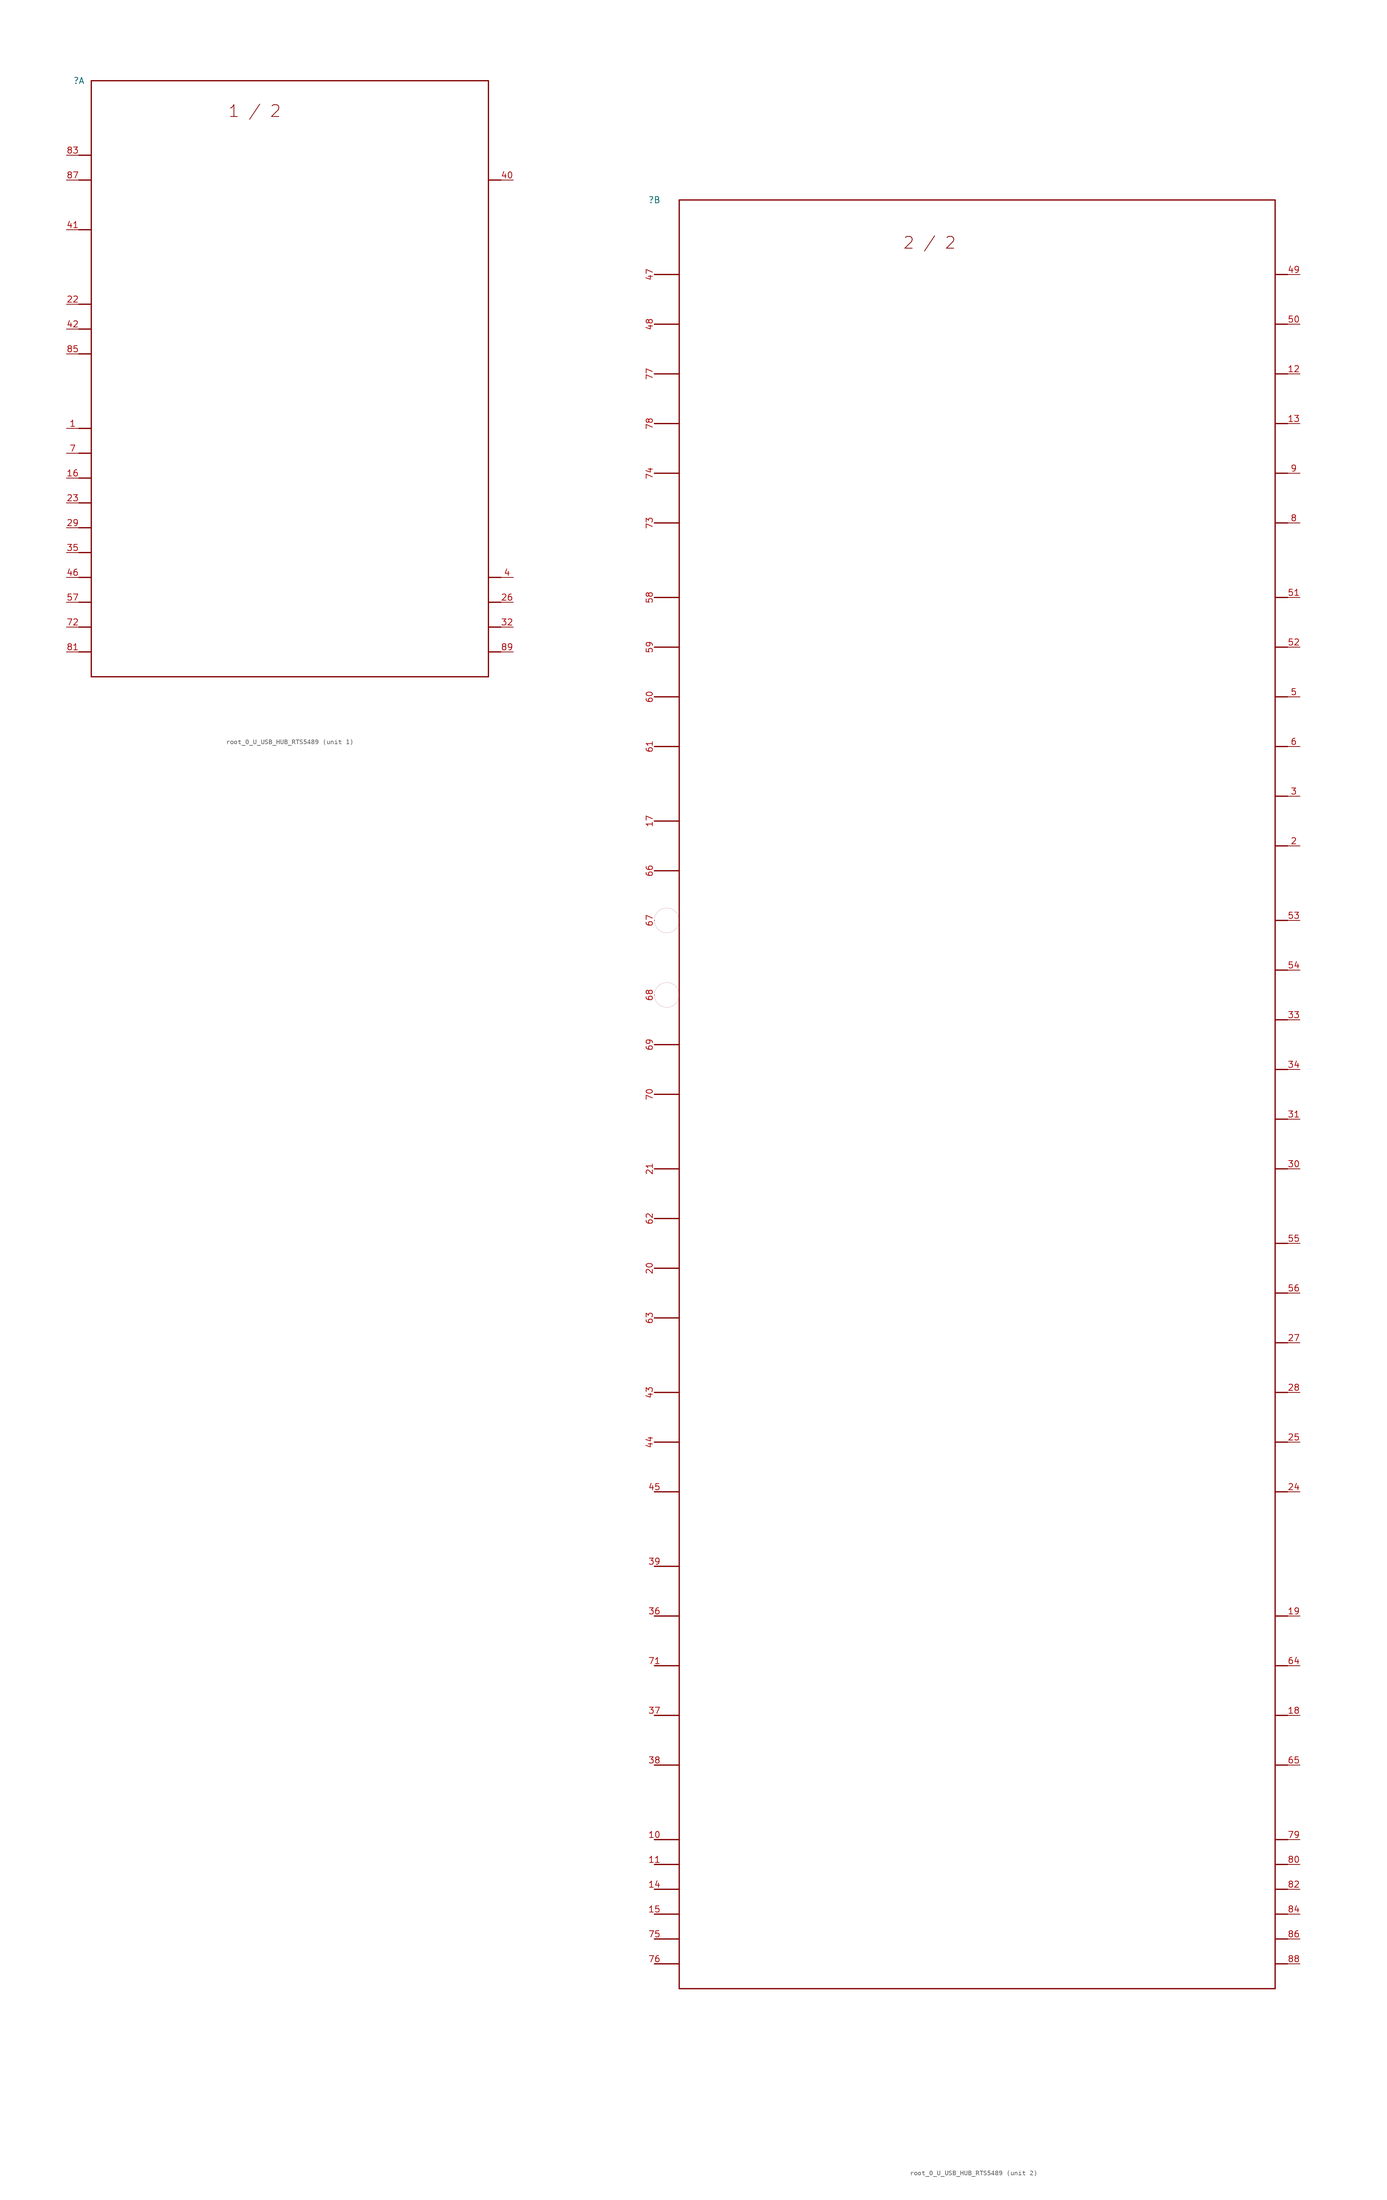
<source format=kicad_sym>
(kicad_symbol_lib
  (version 20220914)
  (generator kicad_symbol_editor)
  (symbol "root_0_U_USB_HUB_RTS5489"
    (property "Reference" ""
      (at 0 0 0)
      (effects (font (size 1.27 1.27))))
    (property "Value" ""
      (at 0 0 0)
      (effects (font (size 1.27 1.27))))
    (symbol "root_0_U_USB_HUB_RTS5489_1_0"
      (polyline (pts (xy 0 -116.84) (xy 2.54 -116.84)) (stroke (width 0.254) (type solid)) (fill (type none)))
      (polyline (pts (xy 0 -111.76) (xy 2.54 -111.76)) (stroke (width 0.254) (type solid)) (fill (type none)))
      (polyline (pts (xy 0 -106.68) (xy 2.54 -106.68)) (stroke (width 0.254) (type solid)) (fill (type none)))
      (polyline (pts (xy 0 -101.6) (xy 2.54 -101.6)) (stroke (width 0.254) (type solid)) (fill (type none)))
      (polyline (pts (xy 0 -96.52) (xy 2.54 -96.52)) (stroke (width 0.254) (type solid)) (fill (type none)))
      (polyline (pts (xy 0 -91.44) (xy 2.54 -91.44)) (stroke (width 0.254) (type solid)) (fill (type none)))
      (polyline (pts (xy 0 -86.36) (xy 2.54 -86.36)) (stroke (width 0.254) (type solid)) (fill (type none)))
      (polyline (pts (xy 0 -81.28) (xy 2.54 -81.28)) (stroke (width 0.254) (type solid)) (fill (type none)))
      (polyline (pts (xy 0 -76.2) (xy 2.54 -76.2)) (stroke (width 0.254) (type solid)) (fill (type none)))
      (polyline (pts (xy 0 -71.12) (xy 2.54 -71.12)) (stroke (width 0.254) (type solid)) (fill (type none)))
      (polyline (pts (xy 0 -55.88) (xy 2.54 -55.88)) (stroke (width 0.254) (type solid)) (fill (type none)))
      (polyline (pts (xy 0 -50.8) (xy 2.54 -50.8)) (stroke (width 0.254) (type solid)) (fill (type none)))
      (polyline (pts (xy 0 -45.72) (xy 2.54 -45.72)) (stroke (width 0.254) (type solid)) (fill (type none)))
      (polyline (pts (xy 0 -30.48) (xy 2.54 -30.48)) (stroke (width 0.254) (type solid)) (fill (type none)))
      (polyline (pts (xy 0 -20.32) (xy 2.54 -20.32)) (stroke (width 0.254) (type solid)) (fill (type none)))
      (polyline (pts (xy 0 -15.24) (xy 2.54 -15.24)) (stroke (width 0.254) (type solid)) (fill (type none)))
      (polyline (pts (xy 2.54 0) (xy 2.54 -121.92)) (stroke (width 0.254) (type solid)) (fill (type none)))
      (polyline (pts (xy 83.82 -121.92) (xy 2.54 -121.92)) (stroke (width 0.254) (type solid)) (fill (type none)))
      (polyline (pts (xy 83.82 -116.84) (xy 86.36 -116.84)) (stroke (width 0.254) (type solid)) (fill (type none)))
      (polyline (pts (xy 83.82 -111.76) (xy 86.36 -111.76)) (stroke (width 0.254) (type solid)) (fill (type none)))
      (polyline (pts (xy 83.82 -106.68) (xy 86.36 -106.68)) (stroke (width 0.254) (type solid)) (fill (type none)))
      (polyline (pts (xy 83.82 -101.6) (xy 86.36 -101.6)) (stroke (width 0.254) (type solid)) (fill (type none)))
      (polyline (pts (xy 83.82 -20.32) (xy 86.36 -20.32)) (stroke (width 0.254) (type solid)) (fill (type none)))
      (polyline (pts (xy 83.82 0) (xy 2.54 0)) (stroke (width 0.254) (type solid)) (fill (type none)))
      (polyline (pts (xy 83.82 0) (xy 83.82 -121.92)) (stroke (width 0.254) (type solid)) (fill (type none)))
      (text "1 / 2" (at 30.48 -7.62 0) (effects (font (size 2.413 2.413)) (justify left bottom)))
      (pin power_in line (at -2.54 -71.12 0) (length 2.54) (name "AV10_1" (effects (font (size 0 0)))) (number "1" (effects (font (size 1.27 1.27)))))
      (pin power_in line (at -2.54 -81.28 0) (length 2.54) (name "AV10_3" (effects (font (size 0 0)))) (number "16" (effects (font (size 1.27 1.27)))))
      (pin power_in line (at -2.54 -45.72 0) (length 2.54) (name "AV33_1" (effects (font (size 0 0)))) (number "22" (effects (font (size 1.27 1.27)))))
      (pin power_in line (at -2.54 -86.36 0) (length 2.54) (name "AV10_4" (effects (font (size 0 0)))) (number "23" (effects (font (size 1.27 1.27)))))
      (pin input line (at 88.9 -106.68 180) (length 2.54) (name "GND2" (effects (font (size 0 0)))) (number "26" (effects (font (size 1.27 1.27)))))
      (pin power_in line (at -2.54 -91.44 0) (length 2.54) (name "AV10_5" (effects (font (size 0 0)))) (number "29" (effects (font (size 1.27 1.27)))))
      (pin input line (at 88.9 -111.76 180) (length 2.54) (name "GND3" (effects (font (size 0 0)))) (number "32" (effects (font (size 1.27 1.27)))))
      (pin power_in line (at -2.54 -96.52 0) (length 2.54) (name "AV10_6" (effects (font (size 0 0)))) (number "35" (effects (font (size 1.27 1.27)))))
      (pin input line (at 88.9 -101.6 180) (length 2.54) (name "GND1" (effects (font (size 0 0)))) (number "4" (effects (font (size 1.27 1.27)))))
      (pin power_in line (at 88.9 -20.32 180) (length 2.54) (name "ADC_CAP" (effects (font (size 0 0)))) (number "40" (effects (font (size 1.27 1.27)))))
      (pin power_in line (at -2.54 -30.48 0) (length 2.54) (name "5V_LDO" (effects (font (size 0 0)))) (number "41" (effects (font (size 1.27 1.27)))))
      (pin power_in line (at -2.54 -50.8 0) (length 2.54) (name "AV33_2" (effects (font (size 0 0)))) (number "42" (effects (font (size 1.27 1.27)))))
      (pin power_in line (at -2.54 -101.6 0) (length 2.54) (name "AV10_7" (effects (font (size 0 0)))) (number "46" (effects (font (size 1.27 1.27)))))
      (pin power_in line (at -2.54 -106.68 0) (length 2.54) (name "AV10_8" (effects (font (size 0 0)))) (number "57" (effects (font (size 1.27 1.27)))))
      (pin power_in line (at -2.54 -76.2 0) (length 2.54) (name "AV10_2" (effects (font (size 0 0)))) (number "7" (effects (font (size 1.27 1.27)))))
      (pin power_in line (at -2.54 -111.76 0) (length 2.54) (name "AV10_9" (effects (font (size 0 0)))) (number "72" (effects (font (size 1.27 1.27)))))
      (pin power_in line (at -2.54 -116.84 0) (length 2.54) (name "AV10_10" (effects (font (size 0 0)))) (number "81" (effects (font (size 1.27 1.27)))))
      (pin power_in line (at -2.54 -15.24 0) (length 2.54) (name "5V_IN1" (effects (font (size 0 0)))) (number "83" (effects (font (size 1.27 1.27)))))
      (pin power_in line (at -2.54 -55.88 0) (length 2.54) (name "AV33_3" (effects (font (size 0 0)))) (number "85" (effects (font (size 1.27 1.27)))))
      (pin power_in line (at -2.54 -20.32 0) (length 2.54) (name "5V_IN2" (effects (font (size 0 0)))) (number "87" (effects (font (size 1.27 1.27)))))
      (pin input line (at 88.9 -116.84 180) (length 2.54) (name "EPAD" (effects (font (size 0 0)))) (number "89" (effects (font (size 1.27 1.27))))))
    (symbol "root_0_U_USB_HUB_RTS5489_2_0"
      (polyline (pts (xy 5.08 -360.68) (xy 0 -360.68)) (stroke (width 0.254) (type solid)) (fill (type none)))
      (polyline (pts (xy 5.08 -355.6) (xy 0 -355.6)) (stroke (width 0.254) (type solid)) (fill (type none)))
      (polyline (pts (xy 5.08 -350.52) (xy 0 -350.52)) (stroke (width 0.254) (type solid)) (fill (type none)))
      (polyline (pts (xy 5.08 -345.44) (xy 0 -345.44)) (stroke (width 0.254) (type solid)) (fill (type none)))
      (polyline (pts (xy 5.08 -340.36) (xy 0 -340.36)) (stroke (width 0.254) (type solid)) (fill (type none)))
      (polyline (pts (xy 5.08 -335.28) (xy 0 -335.28)) (stroke (width 0.254) (type solid)) (fill (type none)))
      (polyline (pts (xy 5.08 -320.04) (xy 0 -320.04)) (stroke (width 0.254) (type solid)) (fill (type none)))
      (polyline (pts (xy 5.08 -309.88) (xy 0 -309.88)) (stroke (width 0.254) (type solid)) (fill (type none)))
      (polyline (pts (xy 5.08 -299.72) (xy 0 -299.72)) (stroke (width 0.254) (type solid)) (fill (type none)))
      (polyline (pts (xy 5.08 -289.56) (xy 0 -289.56)) (stroke (width 0.254) (type solid)) (fill (type none)))
      (polyline (pts (xy 5.08 -279.4) (xy 0 -279.4)) (stroke (width 0.254) (type solid)) (fill (type none)))
      (polyline (pts (xy 5.08 -264.16) (xy 0 -264.16)) (stroke (width 0.254) (type solid)) (fill (type none)))
      (polyline (pts (xy 5.08 -254) (xy 0 -254)) (stroke (width 0.254) (type solid)) (fill (type none)))
      (polyline (pts (xy 5.08 -243.84) (xy 0 -243.84)) (stroke (width 0.254) (type solid)) (fill (type none)))
      (polyline (pts (xy 5.08 -228.6) (xy 0 -228.6)) (stroke (width 0.254) (type solid)) (fill (type none)))
      (polyline (pts (xy 5.08 -218.44) (xy 0 -218.44)) (stroke (width 0.254) (type solid)) (fill (type none)))
      (polyline (pts (xy 5.08 -208.28) (xy 0 -208.28)) (stroke (width 0.254) (type solid)) (fill (type none)))
      (polyline (pts (xy 5.08 -198.12) (xy 0 -198.12)) (stroke (width 0.254) (type solid)) (fill (type none)))
      (polyline (pts (xy 5.08 -182.88) (xy 0 -182.88)) (stroke (width 0.254) (type solid)) (fill (type none)))
      (polyline (pts (xy 5.08 -172.72) (xy 0 -172.72)) (stroke (width 0.254) (type solid)) (fill (type none)))
      (polyline (pts (xy 5.08 -137.16) (xy 0 -137.16)) (stroke (width 0.254) (type solid)) (fill (type none)))
      (polyline (pts (xy 5.08 -127) (xy 0 -127)) (stroke (width 0.254) (type solid)) (fill (type none)))
      (polyline (pts (xy 5.08 -111.76) (xy 0 -111.76)) (stroke (width 0.254) (type solid)) (fill (type none)))
      (polyline (pts (xy 5.08 -101.6) (xy 0 -101.6)) (stroke (width 0.254) (type solid)) (fill (type none)))
      (polyline (pts (xy 5.08 -91.44) (xy 0 -91.44)) (stroke (width 0.254) (type solid)) (fill (type none)))
      (polyline (pts (xy 5.08 -81.28) (xy 0 -81.28)) (stroke (width 0.254) (type solid)) (fill (type none)))
      (polyline (pts (xy 5.08 -66.04) (xy 0 -66.04)) (stroke (width 0.254) (type solid)) (fill (type none)))
      (polyline (pts (xy 5.08 -55.88) (xy 0 -55.88)) (stroke (width 0.254) (type solid)) (fill (type none)))
      (polyline (pts (xy 5.08 -45.72) (xy 0 -45.72)) (stroke (width 0.254) (type solid)) (fill (type none)))
      (polyline (pts (xy 5.08 -35.56) (xy 0 -35.56)) (stroke (width 0.254) (type solid)) (fill (type none)))
      (polyline (pts (xy 5.08 -25.4) (xy 0 -25.4)) (stroke (width 0.254) (type solid)) (fill (type none)))
      (polyline (pts (xy 5.08 -15.24) (xy 0 -15.24)) (stroke (width 0.254) (type solid)) (fill (type none)))
      (polyline (pts (xy 5.08 0) (xy 5.08 -365.76)) (stroke (width 0.254) (type solid)) (fill (type none)))
      (polyline (pts (xy 127 -365.76) (xy 5.08 -365.76)) (stroke (width 0.254) (type solid)) (fill (type none)))
      (polyline (pts (xy 127 -360.68) (xy 129.54 -360.68)) (stroke (width 0.254) (type solid)) (fill (type none)))
      (polyline (pts (xy 127 -355.6) (xy 129.54 -355.6)) (stroke (width 0.254) (type solid)) (fill (type none)))
      (polyline (pts (xy 127 -350.52) (xy 129.54 -350.52)) (stroke (width 0.254) (type solid)) (fill (type none)))
      (polyline (pts (xy 127 -345.44) (xy 129.54 -345.44)) (stroke (width 0.254) (type solid)) (fill (type none)))
      (polyline (pts (xy 127 -340.36) (xy 129.54 -340.36)) (stroke (width 0.254) (type solid)) (fill (type none)))
      (polyline (pts (xy 127 -335.28) (xy 129.54 -335.28)) (stroke (width 0.254) (type solid)) (fill (type none)))
      (polyline (pts (xy 127 -320.04) (xy 129.54 -320.04)) (stroke (width 0.254) (type solid)) (fill (type none)))
      (polyline (pts (xy 127 -309.88) (xy 129.54 -309.88)) (stroke (width 0.254) (type solid)) (fill (type none)))
      (polyline (pts (xy 127 -299.72) (xy 129.54 -299.72)) (stroke (width 0.254) (type solid)) (fill (type none)))
      (polyline (pts (xy 127 -289.56) (xy 129.54 -289.56)) (stroke (width 0.254) (type solid)) (fill (type none)))
      (polyline (pts (xy 127 -264.16) (xy 129.54 -264.16)) (stroke (width 0.254) (type solid)) (fill (type none)))
      (polyline (pts (xy 127 -254) (xy 129.54 -254)) (stroke (width 0.254) (type solid)) (fill (type none)))
      (polyline (pts (xy 127 -243.84) (xy 129.54 -243.84)) (stroke (width 0.254) (type solid)) (fill (type none)))
      (polyline (pts (xy 127 -233.68) (xy 129.54 -233.68)) (stroke (width 0.254) (type solid)) (fill (type none)))
      (polyline (pts (xy 127 -223.52) (xy 129.54 -223.52)) (stroke (width 0.254) (type solid)) (fill (type none)))
      (polyline (pts (xy 127 -213.36) (xy 129.54 -213.36)) (stroke (width 0.254) (type solid)) (fill (type none)))
      (polyline (pts (xy 127 -198.12) (xy 129.54 -198.12)) (stroke (width 0.254) (type solid)) (fill (type none)))
      (polyline (pts (xy 127 -187.96) (xy 129.54 -187.96)) (stroke (width 0.254) (type solid)) (fill (type none)))
      (polyline (pts (xy 127 -177.8) (xy 129.54 -177.8)) (stroke (width 0.254) (type solid)) (fill (type none)))
      (polyline (pts (xy 127 -167.64) (xy 129.54 -167.64)) (stroke (width 0.254) (type solid)) (fill (type none)))
      (polyline (pts (xy 127 -157.48) (xy 129.54 -157.48)) (stroke (width 0.254) (type solid)) (fill (type none)))
      (polyline (pts (xy 127 -147.32) (xy 129.54 -147.32)) (stroke (width 0.254) (type solid)) (fill (type none)))
      (polyline (pts (xy 127 -132.08) (xy 129.54 -132.08)) (stroke (width 0.254) (type solid)) (fill (type none)))
      (polyline (pts (xy 127 -121.92) (xy 129.54 -121.92)) (stroke (width 0.254) (type solid)) (fill (type none)))
      (polyline (pts (xy 127 -111.76) (xy 129.54 -111.76)) (stroke (width 0.254) (type solid)) (fill (type none)))
      (polyline (pts (xy 127 -101.6) (xy 129.54 -101.6)) (stroke (width 0.254) (type solid)) (fill (type none)))
      (polyline (pts (xy 127 -91.44) (xy 129.54 -91.44)) (stroke (width 0.254) (type solid)) (fill (type none)))
      (polyline (pts (xy 127 -81.28) (xy 129.54 -81.28)) (stroke (width 0.254) (type solid)) (fill (type none)))
      (polyline (pts (xy 127 -66.04) (xy 129.54 -66.04)) (stroke (width 0.254) (type solid)) (fill (type none)))
      (polyline (pts (xy 127 -55.88) (xy 129.54 -55.88)) (stroke (width 0.254) (type solid)) (fill (type none)))
      (polyline (pts (xy 127 -45.72) (xy 129.54 -45.72)) (stroke (width 0.254) (type solid)) (fill (type none)))
      (polyline (pts (xy 127 -35.56) (xy 129.54 -35.56)) (stroke (width 0.254) (type solid)) (fill (type none)))
      (polyline (pts (xy 127 -25.4) (xy 129.54 -25.4)) (stroke (width 0.254) (type solid)) (fill (type none)))
      (polyline (pts (xy 127 -15.24) (xy 129.54 -15.24)) (stroke (width 0.254) (type solid)) (fill (type none)))
      (polyline (pts (xy 127 0) (xy 5.08 0)) (stroke (width 0.254) (type solid)) (fill (type none)))
      (polyline (pts (xy 127 0) (xy 127 -365.76)) (stroke (width 0.254) (type solid)) (fill (type none)))
      (circle (center 2.54 -162.56) (radius 2.54) (stroke (width 0.0001) (type solid)) (fill (type none)))
      (circle (center 2.54 -147.32) (radius 2.54) (stroke (width 0.0001) (type solid)) (fill (type none)))
      (text "2 / 2" (at 50.8 -10.16 0) (effects (font (size 2.413 2.413)) (justify left bottom)))
      (pin input line (at 0 -335.28 0) (length 0) (name "NC1" (effects (font (size 0 0)))) (number "10" (effects (font (size 1.27 1.27)))))
      (pin input line (at 0 -340.36 0) (length 0) (name "NC2" (effects (font (size 0 0)))) (number "11" (effects (font (size 1.27 1.27)))))
      (pin output line (at 132.08 -35.56 180) (length 2.54) (name "DSP1_TX_P" (effects (font (size 0 0)))) (number "12" (effects (font (size 1.27 1.27)))))
      (pin output line (at 132.08 -45.72 180) (length 2.54) (name "DSP1_TX_N" (effects (font (size 0 0)))) (number "13" (effects (font (size 1.27 1.27)))))
      (pin input line (at 0 -345.44 0) (length 0) (name "NC3" (effects (font (size 0 0)))) (number "14" (effects (font (size 1.27 1.27)))))
      (pin input line (at 0 -350.52 0) (length 0) (name "NC4" (effects (font (size 0 0)))) (number "15" (effects (font (size 1.27 1.27)))))
      (pin bidirectional line (at 0 -127 270) (length 0) (name "I2C_CLK" (effects (font (size 0 0)))) (number "17" (effects (font (size 1.27 1.27)))))
      (pin bidirectional line (at 132.08 -309.88 180) (length 2.54) (name "DSP3_PWR_EN" (effects (font (size 0 0)))) (number "18" (effects (font (size 1.27 1.27)))))
      (pin bidirectional line (at 132.08 -289.56 180) (length 2.54) (name "DSP1_PWR_EN" (effects (font (size 0 0)))) (number "19" (effects (font (size 1.27 1.27)))))
      (pin input line (at 132.08 -132.08 180) (length 2.54) (name "DSP2_RX_N" (effects (font (size 0 0)))) (number "2" (effects (font (size 1.27 1.27)))))
      (pin bidirectional line (at 0 -218.44 90) (length 0) (name "DSP3_OCP" (effects (font (size 0 0)))) (number "20" (effects (font (size 1.27 1.27)))))
      (pin bidirectional line (at 0 -198.12 90) (length 0) (name "DSP1_OCP" (effects (font (size 0 0)))) (number "21" (effects (font (size 1.27 1.27)))))
      (pin input line (at 132.08 -264.16 180) (length 2.54) (name "DSP4_RX_N" (effects (font (size 0 0)))) (number "24" (effects (font (size 1.27 1.27)))))
      (pin input line (at 132.08 -254 180) (length 2.54) (name "DSP4_RX_P" (effects (font (size 0 0)))) (number "25" (effects (font (size 1.27 1.27)))))
      (pin output line (at 132.08 -233.68 180) (length 2.54) (name "DSP4_TX_P" (effects (font (size 0 0)))) (number "27" (effects (font (size 1.27 1.27)))))
      (pin output line (at 132.08 -243.84 180) (length 2.54) (name "DSP4_TX_N" (effects (font (size 0 0)))) (number "28" (effects (font (size 1.27 1.27)))))
      (pin input line (at 132.08 -121.92 180) (length 2.54) (name "DSP2_RX_P" (effects (font (size 0 0)))) (number "3" (effects (font (size 1.27 1.27)))))
      (pin input line (at 132.08 -198.12 180) (length 2.54) (name "DSP3_RX_N" (effects (font (size 0 0)))) (number "30" (effects (font (size 1.27 1.27)))))
      (pin input line (at 132.08 -187.96 180) (length 2.54) (name "DSP3_RX_P" (effects (font (size 0 0)))) (number "31" (effects (font (size 1.27 1.27)))))
      (pin output line (at 132.08 -167.64 180) (length 2.54) (name "DSP3_TX_P" (effects (font (size 0 0)))) (number "33" (effects (font (size 1.27 1.27)))))
      (pin output line (at 132.08 -177.8 180) (length 2.54) (name "DSP3_TX_N" (effects (font (size 0 0)))) (number "34" (effects (font (size 1.27 1.27)))))
      (pin input line (at 0 -289.56 0) (length 0) (name "BPWR_DET" (effects (font (size 0 0)))) (number "36" (effects (font (size 1.27 1.27)))))
      (pin bidirectional line (at 0 -309.88 0) (length 0) (name "ADC_IN0" (effects (font (size 0 0)))) (number "37" (effects (font (size 1.27 1.27)))))
      (pin bidirectional line (at 0 -320.04 0) (length 0) (name "ADC_IN1" (effects (font (size 0 0)))) (number "38" (effects (font (size 1.27 1.27)))))
      (pin input line (at 0 -279.4 0) (length 0) (name "LOC_PWR" (effects (font (size 0 0)))) (number "39" (effects (font (size 1.27 1.27)))))
      (pin input line (at 0 -243.84 90) (length 0) (name "XTLI" (effects (font (size 0 0)))) (number "43" (effects (font (size 1.27 1.27)))))
      (pin output line (at 0 -254 90) (length 0) (name "XTLO" (effects (font (size 0 0)))) (number "44" (effects (font (size 1.27 1.27)))))
      (pin input line (at 0 -264.16 0) (length 0) (name "RREF" (effects (font (size 0 0)))) (number "45" (effects (font (size 1.27 1.27)))))
      (pin bidirectional line (at 0 -15.24 270) (length 0) (name "USP_D_P" (effects (font (size 0 0)))) (number "47" (effects (font (size 1.27 1.27)))))
      (pin bidirectional line (at 0 -25.4 270) (length 0) (name "USP_D_N" (effects (font (size 0 0)))) (number "48" (effects (font (size 1.27 1.27)))))
      (pin bidirectional line (at 132.08 -15.24 180) (length 2.54) (name "DSP1_D_P" (effects (font (size 0 0)))) (number "49" (effects (font (size 1.27 1.27)))))
      (pin output line (at 132.08 -101.6 180) (length 2.54) (name "DSP2_TX_P" (effects (font (size 0 0)))) (number "5" (effects (font (size 1.27 1.27)))))
      (pin bidirectional line (at 132.08 -25.4 180) (length 2.54) (name "DSP1_D_N" (effects (font (size 0 0)))) (number "50" (effects (font (size 1.27 1.27)))))
      (pin bidirectional line (at 132.08 -81.28 180) (length 2.54) (name "DSP2_D_P" (effects (font (size 0 0)))) (number "51" (effects (font (size 1.27 1.27)))))
      (pin bidirectional line (at 132.08 -91.44 180) (length 2.54) (name "DSP2_D_N" (effects (font (size 0 0)))) (number "52" (effects (font (size 1.27 1.27)))))
      (pin bidirectional line (at 132.08 -147.32 180) (length 2.54) (name "DSP3_D_P" (effects (font (size 0 0)))) (number "53" (effects (font (size 1.27 1.27)))))
      (pin bidirectional line (at 132.08 -157.48 180) (length 2.54) (name "DSP3_D_N" (effects (font (size 0 0)))) (number "54" (effects (font (size 1.27 1.27)))))
      (pin bidirectional line (at 132.08 -213.36 180) (length 2.54) (name "DSP4_D_P" (effects (font (size 0 0)))) (number "55" (effects (font (size 1.27 1.27)))))
      (pin bidirectional line (at 132.08 -223.52 180) (length 2.54) (name "DSP4_D_N" (effects (font (size 0 0)))) (number "56" (effects (font (size 1.27 1.27)))))
      (pin bidirectional line (at 0 -81.28 270) (length 0) (name "SPI_MISO" (effects (font (size 0 0)))) (number "58" (effects (font (size 1.27 1.27)))))
      (pin bidirectional line (at 0 -91.44 270) (length 0) (name "SPI_MOSI" (effects (font (size 0 0)))) (number "59" (effects (font (size 1.27 1.27)))))
      (pin output line (at 132.08 -111.76 180) (length 2.54) (name "DSP2_TX_N" (effects (font (size 0 0)))) (number "6" (effects (font (size 1.27 1.27)))))
      (pin bidirectional line (at 0 -101.6 270) (length 0) (name "SPI_SCK" (effects (font (size 0 0)))) (number "60" (effects (font (size 1.27 1.27)))))
      (pin bidirectional line (at 0 -111.76 270) (length 0) (name "SPI_SCS_N" (effects (font (size 0 0)))) (number "61" (effects (font (size 1.27 1.27)))))
      (pin bidirectional line (at 0 -208.28 90) (length 0) (name "DSP2_OCP" (effects (font (size 0 0)))) (number "62" (effects (font (size 1.27 1.27)))))
      (pin bidirectional line (at 0 -228.6 90) (length 0) (name "DSP4_OCP" (effects (font (size 0 0)))) (number "63" (effects (font (size 1.27 1.27)))))
      (pin bidirectional line (at 132.08 -299.72 180) (length 2.54) (name "DSP2_PWR_EN" (effects (font (size 0 0)))) (number "64" (effects (font (size 1.27 1.27)))))
      (pin bidirectional line (at 132.08 -320.04 180) (length 2.54) (name "DSP4_PWR_EN" (effects (font (size 0 0)))) (number "65" (effects (font (size 1.27 1.27)))))
      (pin bidirectional line (at 0 -137.16 270) (length 0) (name "I2C_DAT" (effects (font (size 0 0)))) (number "66" (effects (font (size 1.27 1.27)))))
      (pin bidirectional line (at 0 -147.32 270) (length 0) (name "I2C_INT*" (effects (font (size 0 0)))) (number "67" (effects (font (size 1.27 1.27)))))
      (pin bidirectional line (at 0 -162.56 270) (length 0) (name "SM_INT*" (effects (font (size 0 0)))) (number "68" (effects (font (size 1.27 1.27)))))
      (pin bidirectional line (at 0 -172.72 270) (length 0) (name "SM_CLK" (effects (font (size 0 0)))) (number "69" (effects (font (size 1.27 1.27)))))
      (pin bidirectional line (at 0 -182.88 270) (length 0) (name "SM_DAT" (effects (font (size 0 0)))) (number "70" (effects (font (size 1.27 1.27)))))
      (pin bidirectional line (at 0 -299.72 0) (length 0) (name "GPIO14" (effects (font (size 0 0)))) (number "71" (effects (font (size 1.27 1.27)))))
      (pin input line (at 0 -66.04 270) (length 0) (name "USP_RX_N" (effects (font (size 0 0)))) (number "73" (effects (font (size 1.27 1.27)))))
      (pin input line (at 0 -55.88 270) (length 0) (name "USP_RX_P" (effects (font (size 0 0)))) (number "74" (effects (font (size 1.27 1.27)))))
      (pin bidirectional line (at 0 -355.6 0) (length 0) (name "NC5" (effects (font (size 0 0)))) (number "75" (effects (font (size 1.27 1.27)))))
      (pin bidirectional line (at 0 -360.68 0) (length 0) (name "NC6" (effects (font (size 0 0)))) (number "76" (effects (font (size 1.27 1.27)))))
      (pin output line (at 0 -35.56 270) (length 0) (name "USP_TX_P" (effects (font (size 0 0)))) (number "77" (effects (font (size 1.27 1.27)))))
      (pin output line (at 0 -45.72 270) (length 0) (name "USP_TX_N" (effects (font (size 0 0)))) (number "78" (effects (font (size 1.27 1.27)))))
      (pin bidirectional line (at 132.08 -335.28 180) (length 2.54) (name "NC7" (effects (font (size 0 0)))) (number "79" (effects (font (size 1.27 1.27)))))
      (pin input line (at 132.08 -66.04 180) (length 2.54) (name "DSP1_RX_N" (effects (font (size 0 0)))) (number "8" (effects (font (size 1.27 1.27)))))
      (pin bidirectional line (at 132.08 -340.36 180) (length 2.54) (name "NC8" (effects (font (size 0 0)))) (number "80" (effects (font (size 1.27 1.27)))))
      (pin bidirectional line (at 132.08 -345.44 180) (length 2.54) (name "NC9" (effects (font (size 0 0)))) (number "82" (effects (font (size 1.27 1.27)))))
      (pin bidirectional line (at 132.08 -350.52 180) (length 2.54) (name "NC10" (effects (font (size 0 0)))) (number "84" (effects (font (size 1.27 1.27)))))
      (pin bidirectional line (at 132.08 -355.6 180) (length 2.54) (name "NC11" (effects (font (size 0 0)))) (number "86" (effects (font (size 1.27 1.27)))))
      (pin bidirectional line (at 132.08 -360.68 180) (length 2.54) (name "NC12" (effects (font (size 0 0)))) (number "88" (effects (font (size 1.27 1.27)))))
      (pin input line (at 132.08 -55.88 180) (length 2.54) (name "DSP1_RX_P" (effects (font (size 0 0)))) (number "9" (effects (font (size 1.27 1.27))))))))
</source>
